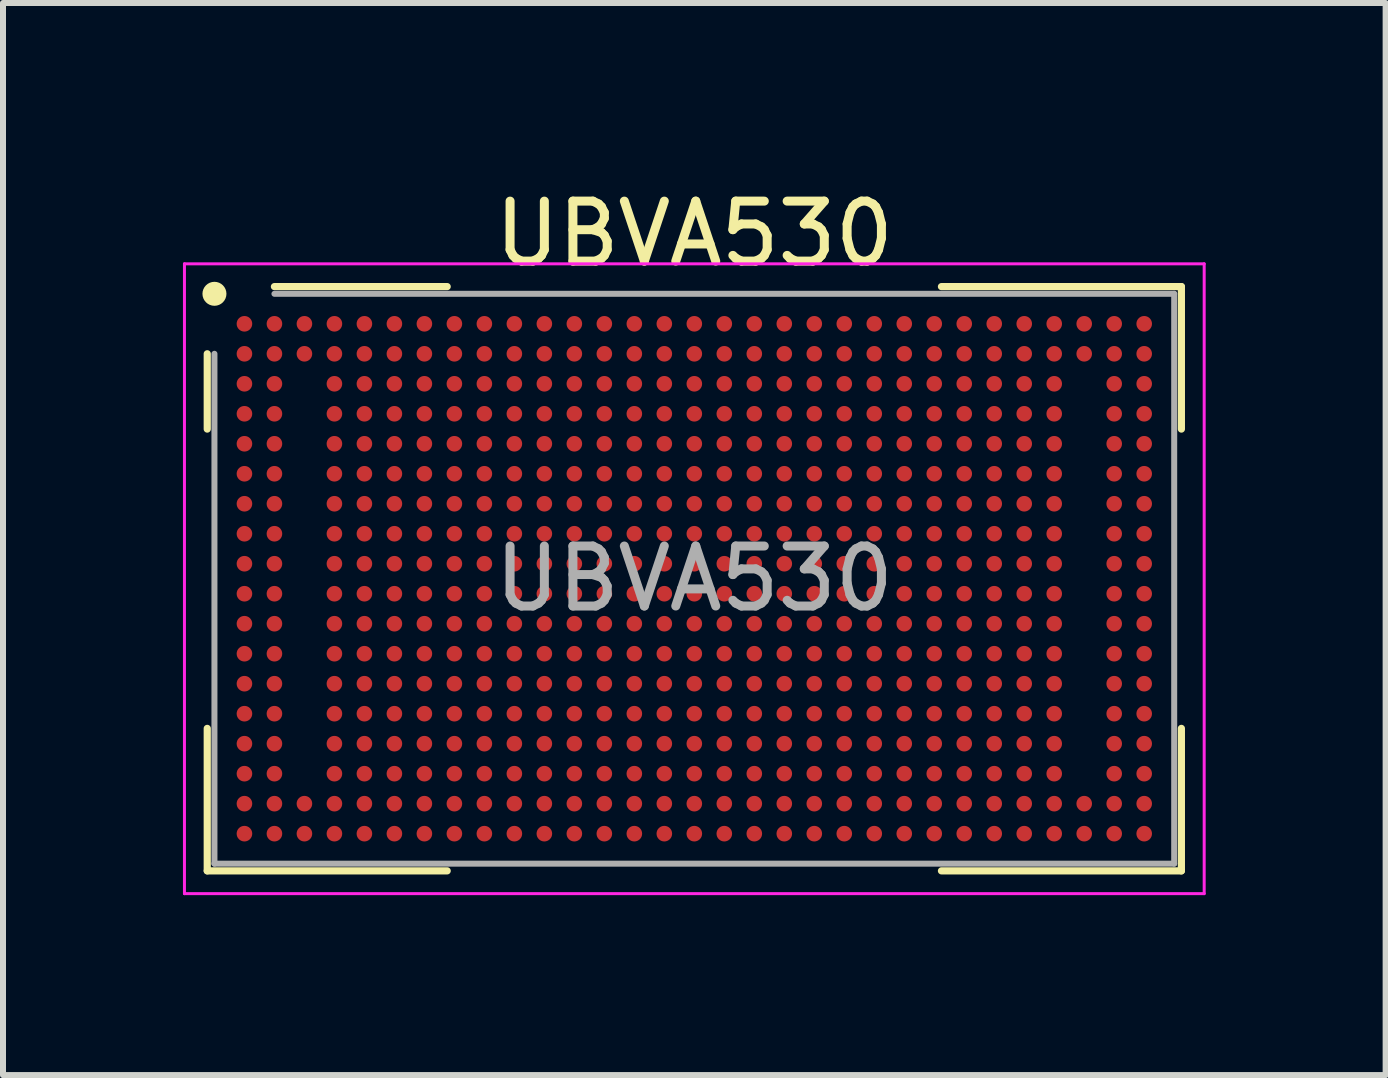
<source format=kicad_pcb>
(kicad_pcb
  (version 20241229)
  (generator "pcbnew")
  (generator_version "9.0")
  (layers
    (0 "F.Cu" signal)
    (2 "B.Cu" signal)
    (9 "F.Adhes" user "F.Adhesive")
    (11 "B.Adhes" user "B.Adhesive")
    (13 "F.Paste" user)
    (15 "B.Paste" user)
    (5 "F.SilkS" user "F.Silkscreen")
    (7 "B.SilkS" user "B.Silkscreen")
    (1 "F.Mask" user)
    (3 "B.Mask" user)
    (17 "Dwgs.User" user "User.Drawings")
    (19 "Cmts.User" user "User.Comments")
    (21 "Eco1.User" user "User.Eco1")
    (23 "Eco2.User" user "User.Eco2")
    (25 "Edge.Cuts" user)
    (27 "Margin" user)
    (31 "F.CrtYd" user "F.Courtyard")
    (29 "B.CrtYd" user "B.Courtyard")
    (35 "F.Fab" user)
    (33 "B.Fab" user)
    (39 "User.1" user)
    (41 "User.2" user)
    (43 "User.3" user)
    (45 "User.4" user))
  (footprint "UBVA530"
    (layer "F.Cu")
    (at 8.525 6.598)
    (property "Reference" "UBVA530" (at 0 -5.75 0) (layer "F.SilkS") (effects (font (size 1 1) (thickness 0.15))))
    (attr smd)
    (fp_line (start -8.12 -3.75) (end -8.12 -2.495) (stroke (width 0.12) (type default)) (layer "F.SilkS"))
    (fp_line (start -8.12 4.87) (end -8.12 2.495) (stroke (width 0.12) (type default)) (layer "F.SilkS"))
    (fp_line (start -4.12 -4.87) (end -7 -4.87) (stroke (width 0.12) (type default)) (layer "F.SilkS"))
    (fp_line (start -4.12 4.87) (end -8.12 4.87) (stroke (width 0.12) (type default)) (layer "F.SilkS"))
    (fp_line (start 4.12 -4.87) (end 8.12 -4.87) (stroke (width 0.12) (type default)) (layer "F.SilkS"))
    (fp_line (start 4.12 4.87) (end 8.12 4.87) (stroke (width 0.12) (type default)) (layer "F.SilkS"))
    (fp_line (start 8.12 -4.87) (end 8.12 -2.495) (stroke (width 0.12) (type default)) (layer "F.SilkS"))
    (fp_line (start 8.12 4.87) (end 8.12 2.495) (stroke (width 0.12) (type default)) (layer "F.SilkS"))
    (fp_circle (center -8 -4.75) (end -8 -4.65) (stroke (width 0.2) (type default)) (fill no) (layer "F.SilkS"))
    (fp_line (start -8.5 -5.25) (end 8.5 -5.25) (stroke (width 0.05) (type default)) (layer "F.CrtYd"))
    (fp_line (start -8.5 5.25) (end -8.5 -5.25) (stroke (width 0.05) (type default)) (layer "F.CrtYd"))
    (fp_line (start 8.5 -5.25) (end 8.5 5.25) (stroke (width 0.05) (type default)) (layer "F.CrtYd"))
    (fp_line (start 8.5 5.25) (end -8.5 5.25) (stroke (width 0.05) (type default)) (layer "F.CrtYd"))
    (fp_line (start -8 -3.75) (end -8 4.75) (stroke (width 0.1) (type default)) (layer "F.Fab"))
    (fp_line (start -8 4.75) (end 8 4.75) (stroke (width 0.1) (type default)) (layer "F.Fab"))
    (fp_line (start 8 -4.75) (end -7 -4.75) (stroke (width 0.1) (type default)) (layer "F.Fab"))
    (fp_line (start 8 4.75) (end 8 -4.75) (stroke (width 0.1) (type default)) (layer "F.Fab"))
    (fp_text user "${REFERENCE}" (at 0 0 0) (layer "F.Fab") (effects (font (size 1 1) (thickness 0.15))))
    (pad "A1" smd circle (at -7.5 -4.25) (size 0.26 0.26) (layers "F.Cu" "F.Mask" "F.Paste"))
    (pad "A2" smd circle (at -7 -4.25) (size 0.26 0.26) (layers "F.Cu" "F.Mask" "F.Paste"))
    (pad "A3" smd circle (at -6.5 -4.25) (size 0.26 0.26) (layers "F.Cu" "F.Mask" "F.Paste"))
    (pad "A4" smd circle (at -6 -4.25) (size 0.26 0.26) (layers "F.Cu" "F.Mask" "F.Paste"))
    (pad "A5" smd circle (at -5.5 -4.25) (size 0.26 0.26) (layers "F.Cu" "F.Mask" "F.Paste"))
    (pad "A6" smd circle (at -5 -4.25) (size 0.26 0.26) (layers "F.Cu" "F.Mask" "F.Paste"))
    (pad "A7" smd circle (at -4.5 -4.25) (size 0.26 0.26) (layers "F.Cu" "F.Mask" "F.Paste"))
    (pad "A8" smd circle (at -4 -4.25) (size 0.26 0.26) (layers "F.Cu" "F.Mask" "F.Paste"))
    (pad "A9" smd circle (at -3.5 -4.25) (size 0.26 0.26) (layers "F.Cu" "F.Mask" "F.Paste"))
    (pad "A10" smd circle (at -3 -4.25) (size 0.26 0.26) (layers "F.Cu" "F.Mask" "F.Paste"))
    (pad "A11" smd circle (at -2.5 -4.25) (size 0.26 0.26) (layers "F.Cu" "F.Mask" "F.Paste"))
    (pad "A12" smd circle (at -2 -4.25) (size 0.26 0.26) (layers "F.Cu" "F.Mask" "F.Paste"))
    (pad "A13" smd circle (at -1.5 -4.25) (size 0.26 0.26) (layers "F.Cu" "F.Mask" "F.Paste"))
    (pad "A14" smd circle (at -1 -4.25) (size 0.26 0.26) (layers "F.Cu" "F.Mask" "F.Paste"))
    (pad "A15" smd circle (at -0.5 -4.25) (size 0.26 0.26) (layers "F.Cu" "F.Mask" "F.Paste"))
    (pad "A16" smd circle (at 0 -4.25) (size 0.26 0.26) (layers "F.Cu" "F.Mask" "F.Paste"))
    (pad "A17" smd circle (at 0.5 -4.25) (size 0.26 0.26) (layers "F.Cu" "F.Mask" "F.Paste"))
    (pad "A18" smd circle (at 1 -4.25) (size 0.26 0.26) (layers "F.Cu" "F.Mask" "F.Paste"))
    (pad "A19" smd circle (at 1.5 -4.25) (size 0.26 0.26) (layers "F.Cu" "F.Mask" "F.Paste"))
    (pad "A20" smd circle (at 2 -4.25) (size 0.26 0.26) (layers "F.Cu" "F.Mask" "F.Paste"))
    (pad "A21" smd circle (at 2.5 -4.25) (size 0.26 0.26) (layers "F.Cu" "F.Mask" "F.Paste"))
    (pad "A22" smd circle (at 3 -4.25) (size 0.26 0.26) (layers "F.Cu" "F.Mask" "F.Paste"))
    (pad "A23" smd circle (at 3.5 -4.25) (size 0.26 0.26) (layers "F.Cu" "F.Mask" "F.Paste"))
    (pad "A24" smd circle (at 4 -4.25) (size 0.26 0.26) (layers "F.Cu" "F.Mask" "F.Paste"))
    (pad "A25" smd circle (at 4.5 -4.25) (size 0.26 0.26) (layers "F.Cu" "F.Mask" "F.Paste"))
    (pad "A26" smd circle (at 5 -4.25) (size 0.26 0.26) (layers "F.Cu" "F.Mask" "F.Paste"))
    (pad "A27" smd circle (at 5.5 -4.25) (size 0.26 0.26) (layers "F.Cu" "F.Mask" "F.Paste"))
    (pad "A28" smd circle (at 6 -4.25) (size 0.26 0.26) (layers "F.Cu" "F.Mask" "F.Paste"))
    (pad "A29" smd circle (at 6.5 -4.25) (size 0.26 0.26) (layers "F.Cu" "F.Mask" "F.Paste"))
    (pad "A30" smd circle (at 7 -4.25) (size 0.26 0.26) (layers "F.Cu" "F.Mask" "F.Paste"))
    (pad "A31" smd circle (at 7.5 -4.25) (size 0.26 0.26) (layers "F.Cu" "F.Mask" "F.Paste"))
    (pad "B1" smd circle (at -7.5 -3.75) (size 0.26 0.26) (layers "F.Cu" "F.Mask" "F.Paste"))
    (pad "B2" smd circle (at -7 -3.75) (size 0.26 0.26) (layers "F.Cu" "F.Mask" "F.Paste"))
    (pad "B3" smd circle (at -6.5 -3.75) (size 0.26 0.26) (layers "F.Cu" "F.Mask" "F.Paste"))
    (pad "B4" smd circle (at -6 -3.75) (size 0.26 0.26) (layers "F.Cu" "F.Mask" "F.Paste"))
    (pad "B5" smd circle (at -5.5 -3.75) (size 0.26 0.26) (layers "F.Cu" "F.Mask" "F.Paste"))
    (pad "B6" smd circle (at -5 -3.75) (size 0.26 0.26) (layers "F.Cu" "F.Mask" "F.Paste"))
    (pad "B7" smd circle (at -4.5 -3.75) (size 0.26 0.26) (layers "F.Cu" "F.Mask" "F.Paste"))
    (pad "B8" smd circle (at -4 -3.75) (size 0.26 0.26) (layers "F.Cu" "F.Mask" "F.Paste"))
    (pad "B9" smd circle (at -3.5 -3.75) (size 0.26 0.26) (layers "F.Cu" "F.Mask" "F.Paste"))
    (pad "B10" smd circle (at -3 -3.75) (size 0.26 0.26) (layers "F.Cu" "F.Mask" "F.Paste"))
    (pad "B11" smd circle (at -2.5 -3.75) (size 0.26 0.26) (layers "F.Cu" "F.Mask" "F.Paste"))
    (pad "B12" smd circle (at -2 -3.75) (size 0.26 0.26) (layers "F.Cu" "F.Mask" "F.Paste"))
    (pad "B13" smd circle (at -1.5 -3.75) (size 0.26 0.26) (layers "F.Cu" "F.Mask" "F.Paste"))
    (pad "B14" smd circle (at -1 -3.75) (size 0.26 0.26) (layers "F.Cu" "F.Mask" "F.Paste"))
    (pad "B15" smd circle (at -0.5 -3.75) (size 0.26 0.26) (layers "F.Cu" "F.Mask" "F.Paste"))
    (pad "B16" smd circle (at 0 -3.75) (size 0.26 0.26) (layers "F.Cu" "F.Mask" "F.Paste"))
    (pad "B17" smd circle (at 0.5 -3.75) (size 0.26 0.26) (layers "F.Cu" "F.Mask" "F.Paste"))
    (pad "B18" smd circle (at 1 -3.75) (size 0.26 0.26) (layers "F.Cu" "F.Mask" "F.Paste"))
    (pad "B19" smd circle (at 1.5 -3.75) (size 0.26 0.26) (layers "F.Cu" "F.Mask" "F.Paste"))
    (pad "B20" smd circle (at 2 -3.75) (size 0.26 0.26) (layers "F.Cu" "F.Mask" "F.Paste"))
    (pad "B21" smd circle (at 2.5 -3.75) (size 0.26 0.26) (layers "F.Cu" "F.Mask" "F.Paste"))
    (pad "B22" smd circle (at 3 -3.75) (size 0.26 0.26) (layers "F.Cu" "F.Mask" "F.Paste"))
    (pad "B23" smd circle (at 3.5 -3.75) (size 0.26 0.26) (layers "F.Cu" "F.Mask" "F.Paste"))
    (pad "B24" smd circle (at 4 -3.75) (size 0.26 0.26) (layers "F.Cu" "F.Mask" "F.Paste"))
    (pad "B25" smd circle (at 4.5 -3.75) (size 0.26 0.26) (layers "F.Cu" "F.Mask" "F.Paste"))
    (pad "B26" smd circle (at 5 -3.75) (size 0.26 0.26) (layers "F.Cu" "F.Mask" "F.Paste"))
    (pad "B27" smd circle (at 5.5 -3.75) (size 0.26 0.26) (layers "F.Cu" "F.Mask" "F.Paste"))
    (pad "B28" smd circle (at 6 -3.75) (size 0.26 0.26) (layers "F.Cu" "F.Mask" "F.Paste"))
    (pad "B29" smd circle (at 6.5 -3.75) (size 0.26 0.26) (layers "F.Cu" "F.Mask" "F.Paste"))
    (pad "B30" smd circle (at 7 -3.75) (size 0.26 0.26) (layers "F.Cu" "F.Mask" "F.Paste"))
    (pad "B31" smd circle (at 7.5 -3.75) (size 0.26 0.26) (layers "F.Cu" "F.Mask" "F.Paste"))
    (pad "C1" smd circle (at -7.5 -3.25) (size 0.26 0.26) (layers "F.Cu" "F.Mask" "F.Paste"))
    (pad "C2" smd circle (at -7 -3.25) (size 0.26 0.26) (layers "F.Cu" "F.Mask" "F.Paste"))
    (pad "C4" smd circle (at -6 -3.25) (size 0.26 0.26) (layers "F.Cu" "F.Mask" "F.Paste"))
    (pad "C5" smd circle (at -5.5 -3.25) (size 0.26 0.26) (layers "F.Cu" "F.Mask" "F.Paste"))
    (pad "C6" smd circle (at -5 -3.25) (size 0.26 0.26) (layers "F.Cu" "F.Mask" "F.Paste"))
    (pad "C7" smd circle (at -4.5 -3.25) (size 0.26 0.26) (layers "F.Cu" "F.Mask" "F.Paste"))
    (pad "C8" smd circle (at -4 -3.25) (size 0.26 0.26) (layers "F.Cu" "F.Mask" "F.Paste"))
    (pad "C9" smd circle (at -3.5 -3.25) (size 0.26 0.26) (layers "F.Cu" "F.Mask" "F.Paste"))
    (pad "C10" smd circle (at -3 -3.25) (size 0.26 0.26) (layers "F.Cu" "F.Mask" "F.Paste"))
    (pad "C11" smd circle (at -2.5 -3.25) (size 0.26 0.26) (layers "F.Cu" "F.Mask" "F.Paste"))
    (pad "C12" smd circle (at -2 -3.25) (size 0.26 0.26) (layers "F.Cu" "F.Mask" "F.Paste"))
    (pad "C13" smd circle (at -1.5 -3.25) (size 0.26 0.26) (layers "F.Cu" "F.Mask" "F.Paste"))
    (pad "C14" smd circle (at -1 -3.25) (size 0.26 0.26) (layers "F.Cu" "F.Mask" "F.Paste"))
    (pad "C15" smd circle (at -0.5 -3.25) (size 0.26 0.26) (layers "F.Cu" "F.Mask" "F.Paste"))
    (pad "C16" smd circle (at 0 -3.25) (size 0.26 0.26) (layers "F.Cu" "F.Mask" "F.Paste"))
    (pad "C17" smd circle (at 0.5 -3.25) (size 0.26 0.26) (layers "F.Cu" "F.Mask" "F.Paste"))
    (pad "C18" smd circle (at 1 -3.25) (size 0.26 0.26) (layers "F.Cu" "F.Mask" "F.Paste"))
    (pad "C19" smd circle (at 1.5 -3.25) (size 0.26 0.26) (layers "F.Cu" "F.Mask" "F.Paste"))
    (pad "C20" smd circle (at 2 -3.25) (size 0.26 0.26) (layers "F.Cu" "F.Mask" "F.Paste"))
    (pad "C21" smd circle (at 2.5 -3.25) (size 0.26 0.26) (layers "F.Cu" "F.Mask" "F.Paste"))
    (pad "C22" smd circle (at 3 -3.25) (size 0.26 0.26) (layers "F.Cu" "F.Mask" "F.Paste"))
    (pad "C23" smd circle (at 3.5 -3.25) (size 0.26 0.26) (layers "F.Cu" "F.Mask" "F.Paste"))
    (pad "C24" smd circle (at 4 -3.25) (size 0.26 0.26) (layers "F.Cu" "F.Mask" "F.Paste"))
    (pad "C25" smd circle (at 4.5 -3.25) (size 0.26 0.26) (layers "F.Cu" "F.Mask" "F.Paste"))
    (pad "C26" smd circle (at 5 -3.25) (size 0.26 0.26) (layers "F.Cu" "F.Mask" "F.Paste"))
    (pad "C27" smd circle (at 5.5 -3.25) (size 0.26 0.26) (layers "F.Cu" "F.Mask" "F.Paste"))
    (pad "C28" smd circle (at 6 -3.25) (size 0.26 0.26) (layers "F.Cu" "F.Mask" "F.Paste"))
    (pad "C30" smd circle (at 7 -3.25) (size 0.26 0.26) (layers "F.Cu" "F.Mask" "F.Paste"))
    (pad "C31" smd circle (at 7.5 -3.25) (size 0.26 0.26) (layers "F.Cu" "F.Mask" "F.Paste"))
    (pad "D1" smd circle (at -7.5 -2.75) (size 0.26 0.26) (layers "F.Cu" "F.Mask" "F.Paste"))
    (pad "D2" smd circle (at -7 -2.75) (size 0.26 0.26) (layers "F.Cu" "F.Mask" "F.Paste"))
    (pad "D4" smd circle (at -6 -2.75) (size 0.26 0.26) (layers "F.Cu" "F.Mask" "F.Paste"))
    (pad "D5" smd circle (at -5.5 -2.75) (size 0.26 0.26) (layers "F.Cu" "F.Mask" "F.Paste"))
    (pad "D6" smd circle (at -5 -2.75) (size 0.26 0.26) (layers "F.Cu" "F.Mask" "F.Paste"))
    (pad "D7" smd circle (at -4.5 -2.75) (size 0.26 0.26) (layers "F.Cu" "F.Mask" "F.Paste"))
    (pad "D8" smd circle (at -4 -2.75) (size 0.26 0.26) (layers "F.Cu" "F.Mask" "F.Paste"))
    (pad "D9" smd circle (at -3.5 -2.75) (size 0.26 0.26) (layers "F.Cu" "F.Mask" "F.Paste"))
    (pad "D10" smd circle (at -3 -2.75) (size 0.26 0.26) (layers "F.Cu" "F.Mask" "F.Paste"))
    (pad "D11" smd circle (at -2.5 -2.75) (size 0.26 0.26) (layers "F.Cu" "F.Mask" "F.Paste"))
    (pad "D12" smd circle (at -2 -2.75) (size 0.26 0.26) (layers "F.Cu" "F.Mask" "F.Paste"))
    (pad "D13" smd circle (at -1.5 -2.75) (size 0.26 0.26) (layers "F.Cu" "F.Mask" "F.Paste"))
    (pad "D14" smd circle (at -1 -2.75) (size 0.26 0.26) (layers "F.Cu" "F.Mask" "F.Paste"))
    (pad "D15" smd circle (at -0.5 -2.75) (size 0.26 0.26) (layers "F.Cu" "F.Mask" "F.Paste"))
    (pad "D16" smd circle (at 0 -2.75) (size 0.26 0.26) (layers "F.Cu" "F.Mask" "F.Paste"))
    (pad "D17" smd circle (at 0.5 -2.75) (size 0.26 0.26) (layers "F.Cu" "F.Mask" "F.Paste"))
    (pad "D18" smd circle (at 1 -2.75) (size 0.26 0.26) (layers "F.Cu" "F.Mask" "F.Paste"))
    (pad "D19" smd circle (at 1.5 -2.75) (size 0.26 0.26) (layers "F.Cu" "F.Mask" "F.Paste"))
    (pad "D20" smd circle (at 2 -2.75) (size 0.26 0.26) (layers "F.Cu" "F.Mask" "F.Paste"))
    (pad "D21" smd circle (at 2.5 -2.75) (size 0.26 0.26) (layers "F.Cu" "F.Mask" "F.Paste"))
    (pad "D22" smd circle (at 3 -2.75) (size 0.26 0.26) (layers "F.Cu" "F.Mask" "F.Paste"))
    (pad "D23" smd circle (at 3.5 -2.75) (size 0.26 0.26) (layers "F.Cu" "F.Mask" "F.Paste"))
    (pad "D24" smd circle (at 4 -2.75) (size 0.26 0.26) (layers "F.Cu" "F.Mask" "F.Paste"))
    (pad "D25" smd circle (at 4.5 -2.75) (size 0.26 0.26) (layers "F.Cu" "F.Mask" "F.Paste"))
    (pad "D26" smd circle (at 5 -2.75) (size 0.26 0.26) (layers "F.Cu" "F.Mask" "F.Paste"))
    (pad "D27" smd circle (at 5.5 -2.75) (size 0.26 0.26) (layers "F.Cu" "F.Mask" "F.Paste"))
    (pad "D28" smd circle (at 6 -2.75) (size 0.26 0.26) (layers "F.Cu" "F.Mask" "F.Paste"))
    (pad "D30" smd circle (at 7 -2.75) (size 0.26 0.26) (layers "F.Cu" "F.Mask" "F.Paste"))
    (pad "D31" smd circle (at 7.5 -2.75) (size 0.26 0.26) (layers "F.Cu" "F.Mask" "F.Paste"))
    (pad "E1" smd circle (at -7.5 -2.25) (size 0.26 0.26) (layers "F.Cu" "F.Mask" "F.Paste"))
    (pad "E2" smd circle (at -7 -2.25) (size 0.26 0.26) (layers "F.Cu" "F.Mask" "F.Paste"))
    (pad "E4" smd circle (at -6 -2.25) (size 0.26 0.26) (layers "F.Cu" "F.Mask" "F.Paste"))
    (pad "E5" smd circle (at -5.5 -2.25) (size 0.26 0.26) (layers "F.Cu" "F.Mask" "F.Paste"))
    (pad "E6" smd circle (at -5 -2.25) (size 0.26 0.26) (layers "F.Cu" "F.Mask" "F.Paste"))
    (pad "E7" smd circle (at -4.5 -2.25) (size 0.26 0.26) (layers "F.Cu" "F.Mask" "F.Paste"))
    (pad "E8" smd circle (at -4 -2.25) (size 0.26 0.26) (layers "F.Cu" "F.Mask" "F.Paste"))
    (pad "E9" smd circle (at -3.5 -2.25) (size 0.26 0.26) (layers "F.Cu" "F.Mask" "F.Paste"))
    (pad "E10" smd circle (at -3 -2.25) (size 0.26 0.26) (layers "F.Cu" "F.Mask" "F.Paste"))
    (pad "E11" smd circle (at -2.5 -2.25) (size 0.26 0.26) (layers "F.Cu" "F.Mask" "F.Paste"))
    (pad "E12" smd circle (at -2 -2.25) (size 0.26 0.26) (layers "F.Cu" "F.Mask" "F.Paste"))
    (pad "E13" smd circle (at -1.5 -2.25) (size 0.26 0.26) (layers "F.Cu" "F.Mask" "F.Paste"))
    (pad "E14" smd circle (at -1 -2.25) (size 0.26 0.26) (layers "F.Cu" "F.Mask" "F.Paste"))
    (pad "E15" smd circle (at -0.5 -2.25) (size 0.26 0.26) (layers "F.Cu" "F.Mask" "F.Paste"))
    (pad "E16" smd circle (at 0 -2.25) (size 0.26 0.26) (layers "F.Cu" "F.Mask" "F.Paste"))
    (pad "E17" smd circle (at 0.5 -2.25) (size 0.26 0.26) (layers "F.Cu" "F.Mask" "F.Paste"))
    (pad "E18" smd circle (at 1 -2.25) (size 0.26 0.26) (layers "F.Cu" "F.Mask" "F.Paste"))
    (pad "E19" smd circle (at 1.5 -2.25) (size 0.26 0.26) (layers "F.Cu" "F.Mask" "F.Paste"))
    (pad "E20" smd circle (at 2 -2.25) (size 0.26 0.26) (layers "F.Cu" "F.Mask" "F.Paste"))
    (pad "E21" smd circle (at 2.5 -2.25) (size 0.26 0.26) (layers "F.Cu" "F.Mask" "F.Paste"))
    (pad "E22" smd circle (at 3 -2.25) (size 0.26 0.26) (layers "F.Cu" "F.Mask" "F.Paste"))
    (pad "E23" smd circle (at 3.5 -2.25) (size 0.26 0.26) (layers "F.Cu" "F.Mask" "F.Paste"))
    (pad "E24" smd circle (at 4 -2.25) (size 0.26 0.26) (layers "F.Cu" "F.Mask" "F.Paste"))
    (pad "E25" smd circle (at 4.5 -2.25) (size 0.26 0.26) (layers "F.Cu" "F.Mask" "F.Paste"))
    (pad "E26" smd circle (at 5 -2.25) (size 0.26 0.26) (layers "F.Cu" "F.Mask" "F.Paste"))
    (pad "E27" smd circle (at 5.5 -2.25) (size 0.26 0.26) (layers "F.Cu" "F.Mask" "F.Paste"))
    (pad "E28" smd circle (at 6 -2.25) (size 0.26 0.26) (layers "F.Cu" "F.Mask" "F.Paste"))
    (pad "E30" smd circle (at 7 -2.25) (size 0.26 0.26) (layers "F.Cu" "F.Mask" "F.Paste"))
    (pad "E31" smd circle (at 7.5 -2.25) (size 0.26 0.26) (layers "F.Cu" "F.Mask" "F.Paste"))
    (pad "F1" smd circle (at -7.5 -1.75) (size 0.26 0.26) (layers "F.Cu" "F.Mask" "F.Paste"))
    (pad "F2" smd circle (at -7 -1.75) (size 0.26 0.26) (layers "F.Cu" "F.Mask" "F.Paste"))
    (pad "F4" smd circle (at -6 -1.75) (size 0.26 0.26) (layers "F.Cu" "F.Mask" "F.Paste"))
    (pad "F5" smd circle (at -5.5 -1.75) (size 0.26 0.26) (layers "F.Cu" "F.Mask" "F.Paste"))
    (pad "F6" smd circle (at -5 -1.75) (size 0.26 0.26) (layers "F.Cu" "F.Mask" "F.Paste"))
    (pad "F7" smd circle (at -4.5 -1.75) (size 0.26 0.26) (layers "F.Cu" "F.Mask" "F.Paste"))
    (pad "F8" smd circle (at -4 -1.75) (size 0.26 0.26) (layers "F.Cu" "F.Mask" "F.Paste"))
    (pad "F9" smd circle (at -3.5 -1.75) (size 0.26 0.26) (layers "F.Cu" "F.Mask" "F.Paste"))
    (pad "F10" smd circle (at -3 -1.75) (size 0.26 0.26) (layers "F.Cu" "F.Mask" "F.Paste"))
    (pad "F11" smd circle (at -2.5 -1.75) (size 0.26 0.26) (layers "F.Cu" "F.Mask" "F.Paste"))
    (pad "F12" smd circle (at -2 -1.75) (size 0.26 0.26) (layers "F.Cu" "F.Mask" "F.Paste"))
    (pad "F13" smd circle (at -1.5 -1.75) (size 0.26 0.26) (layers "F.Cu" "F.Mask" "F.Paste"))
    (pad "F14" smd circle (at -1 -1.75) (size 0.26 0.26) (layers "F.Cu" "F.Mask" "F.Paste"))
    (pad "F15" smd circle (at -0.5 -1.75) (size 0.26 0.26) (layers "F.Cu" "F.Mask" "F.Paste"))
    (pad "F16" smd circle (at 0 -1.75) (size 0.26 0.26) (layers "F.Cu" "F.Mask" "F.Paste"))
    (pad "F17" smd circle (at 0.5 -1.75) (size 0.26 0.26) (layers "F.Cu" "F.Mask" "F.Paste"))
    (pad "F18" smd circle (at 1 -1.75) (size 0.26 0.26) (layers "F.Cu" "F.Mask" "F.Paste"))
    (pad "F19" smd circle (at 1.5 -1.75) (size 0.26 0.26) (layers "F.Cu" "F.Mask" "F.Paste"))
    (pad "F20" smd circle (at 2 -1.75) (size 0.26 0.26) (layers "F.Cu" "F.Mask" "F.Paste"))
    (pad "F21" smd circle (at 2.5 -1.75) (size 0.26 0.26) (layers "F.Cu" "F.Mask" "F.Paste"))
    (pad "F22" smd circle (at 3 -1.75) (size 0.26 0.26) (layers "F.Cu" "F.Mask" "F.Paste"))
    (pad "F23" smd circle (at 3.5 -1.75) (size 0.26 0.26) (layers "F.Cu" "F.Mask" "F.Paste"))
    (pad "F24" smd circle (at 4 -1.75) (size 0.26 0.26) (layers "F.Cu" "F.Mask" "F.Paste"))
    (pad "F25" smd circle (at 4.5 -1.75) (size 0.26 0.26) (layers "F.Cu" "F.Mask" "F.Paste"))
    (pad "F26" smd circle (at 5 -1.75) (size 0.26 0.26) (layers "F.Cu" "F.Mask" "F.Paste"))
    (pad "F27" smd circle (at 5.5 -1.75) (size 0.26 0.26) (layers "F.Cu" "F.Mask" "F.Paste"))
    (pad "F28" smd circle (at 6 -1.75) (size 0.26 0.26) (layers "F.Cu" "F.Mask" "F.Paste"))
    (pad "F30" smd circle (at 7 -1.75) (size 0.26 0.26) (layers "F.Cu" "F.Mask" "F.Paste"))
    (pad "F31" smd circle (at 7.5 -1.75) (size 0.26 0.26) (layers "F.Cu" "F.Mask" "F.Paste"))
    (pad "G1" smd circle (at -7.5 -1.25) (size 0.26 0.26) (layers "F.Cu" "F.Mask" "F.Paste"))
    (pad "G2" smd circle (at -7 -1.25) (size 0.26 0.26) (layers "F.Cu" "F.Mask" "F.Paste"))
    (pad "G4" smd circle (at -6 -1.25) (size 0.26 0.26) (layers "F.Cu" "F.Mask" "F.Paste"))
    (pad "G5" smd circle (at -5.5 -1.25) (size 0.26 0.26) (layers "F.Cu" "F.Mask" "F.Paste"))
    (pad "G6" smd circle (at -5 -1.25) (size 0.26 0.26) (layers "F.Cu" "F.Mask" "F.Paste"))
    (pad "G7" smd circle (at -4.5 -1.25) (size 0.26 0.26) (layers "F.Cu" "F.Mask" "F.Paste"))
    (pad "G8" smd circle (at -4 -1.25) (size 0.26 0.26) (layers "F.Cu" "F.Mask" "F.Paste"))
    (pad "G9" smd circle (at -3.5 -1.25) (size 0.26 0.26) (layers "F.Cu" "F.Mask" "F.Paste"))
    (pad "G10" smd circle (at -3 -1.25) (size 0.26 0.26) (layers "F.Cu" "F.Mask" "F.Paste"))
    (pad "G11" smd circle (at -2.5 -1.25) (size 0.26 0.26) (layers "F.Cu" "F.Mask" "F.Paste"))
    (pad "G12" smd circle (at -2 -1.25) (size 0.26 0.26) (layers "F.Cu" "F.Mask" "F.Paste"))
    (pad "G13" smd circle (at -1.5 -1.25) (size 0.26 0.26) (layers "F.Cu" "F.Mask" "F.Paste"))
    (pad "G14" smd circle (at -1 -1.25) (size 0.26 0.26) (layers "F.Cu" "F.Mask" "F.Paste"))
    (pad "G15" smd circle (at -0.5 -1.25) (size 0.26 0.26) (layers "F.Cu" "F.Mask" "F.Paste"))
    (pad "G16" smd circle (at 0 -1.25) (size 0.26 0.26) (layers "F.Cu" "F.Mask" "F.Paste"))
    (pad "G17" smd circle (at 0.5 -1.25) (size 0.26 0.26) (layers "F.Cu" "F.Mask" "F.Paste"))
    (pad "G18" smd circle (at 1 -1.25) (size 0.26 0.26) (layers "F.Cu" "F.Mask" "F.Paste"))
    (pad "G19" smd circle (at 1.5 -1.25) (size 0.26 0.26) (layers "F.Cu" "F.Mask" "F.Paste"))
    (pad "G20" smd circle (at 2 -1.25) (size 0.26 0.26) (layers "F.Cu" "F.Mask" "F.Paste"))
    (pad "G21" smd circle (at 2.5 -1.25) (size 0.26 0.26) (layers "F.Cu" "F.Mask" "F.Paste"))
    (pad "G22" smd circle (at 3 -1.25) (size 0.26 0.26) (layers "F.Cu" "F.Mask" "F.Paste"))
    (pad "G23" smd circle (at 3.5 -1.25) (size 0.26 0.26) (layers "F.Cu" "F.Mask" "F.Paste"))
    (pad "G24" smd circle (at 4 -1.25) (size 0.26 0.26) (layers "F.Cu" "F.Mask" "F.Paste"))
    (pad "G25" smd circle (at 4.5 -1.25) (size 0.26 0.26) (layers "F.Cu" "F.Mask" "F.Paste"))
    (pad "G26" smd circle (at 5 -1.25) (size 0.26 0.26) (layers "F.Cu" "F.Mask" "F.Paste"))
    (pad "G27" smd circle (at 5.5 -1.25) (size 0.26 0.26) (layers "F.Cu" "F.Mask" "F.Paste"))
    (pad "G28" smd circle (at 6 -1.25) (size 0.26 0.26) (layers "F.Cu" "F.Mask" "F.Paste"))
    (pad "G30" smd circle (at 7 -1.25) (size 0.26 0.26) (layers "F.Cu" "F.Mask" "F.Paste"))
    (pad "G31" smd circle (at 7.5 -1.25) (size 0.26 0.26) (layers "F.Cu" "F.Mask" "F.Paste"))
    (pad "H1" smd circle (at -7.5 -0.75) (size 0.26 0.26) (layers "F.Cu" "F.Mask" "F.Paste"))
    (pad "H2" smd circle (at -7 -0.75) (size 0.26 0.26) (layers "F.Cu" "F.Mask" "F.Paste"))
    (pad "H4" smd circle (at -6 -0.75) (size 0.26 0.26) (layers "F.Cu" "F.Mask" "F.Paste"))
    (pad "H5" smd circle (at -5.5 -0.75) (size 0.26 0.26) (layers "F.Cu" "F.Mask" "F.Paste"))
    (pad "H6" smd circle (at -5 -0.75) (size 0.26 0.26) (layers "F.Cu" "F.Mask" "F.Paste"))
    (pad "H7" smd circle (at -4.5 -0.75) (size 0.26 0.26) (layers "F.Cu" "F.Mask" "F.Paste"))
    (pad "H8" smd circle (at -4 -0.75) (size 0.26 0.26) (layers "F.Cu" "F.Mask" "F.Paste"))
    (pad "H9" smd circle (at -3.5 -0.75) (size 0.26 0.26) (layers "F.Cu" "F.Mask" "F.Paste"))
    (pad "H10" smd circle (at -3 -0.75) (size 0.26 0.26) (layers "F.Cu" "F.Mask" "F.Paste"))
    (pad "H11" smd circle (at -2.5 -0.75) (size 0.26 0.26) (layers "F.Cu" "F.Mask" "F.Paste"))
    (pad "H12" smd circle (at -2 -0.75) (size 0.26 0.26) (layers "F.Cu" "F.Mask" "F.Paste"))
    (pad "H13" smd circle (at -1.5 -0.75) (size 0.26 0.26) (layers "F.Cu" "F.Mask" "F.Paste"))
    (pad "H14" smd circle (at -1 -0.75) (size 0.26 0.26) (layers "F.Cu" "F.Mask" "F.Paste"))
    (pad "H15" smd circle (at -0.5 -0.75) (size 0.26 0.26) (layers "F.Cu" "F.Mask" "F.Paste"))
    (pad "H16" smd circle (at 0 -0.75) (size 0.26 0.26) (layers "F.Cu" "F.Mask" "F.Paste"))
    (pad "H17" smd circle (at 0.5 -0.75) (size 0.26 0.26) (layers "F.Cu" "F.Mask" "F.Paste"))
    (pad "H18" smd circle (at 1 -0.75) (size 0.26 0.26) (layers "F.Cu" "F.Mask" "F.Paste"))
    (pad "H19" smd circle (at 1.5 -0.75) (size 0.26 0.26) (layers "F.Cu" "F.Mask" "F.Paste"))
    (pad "H20" smd circle (at 2 -0.75) (size 0.26 0.26) (layers "F.Cu" "F.Mask" "F.Paste"))
    (pad "H21" smd circle (at 2.5 -0.75) (size 0.26 0.26) (layers "F.Cu" "F.Mask" "F.Paste"))
    (pad "H22" smd circle (at 3 -0.75) (size 0.26 0.26) (layers "F.Cu" "F.Mask" "F.Paste"))
    (pad "H23" smd circle (at 3.5 -0.75) (size 0.26 0.26) (layers "F.Cu" "F.Mask" "F.Paste"))
    (pad "H24" smd circle (at 4 -0.75) (size 0.26 0.26) (layers "F.Cu" "F.Mask" "F.Paste"))
    (pad "H25" smd circle (at 4.5 -0.75) (size 0.26 0.26) (layers "F.Cu" "F.Mask" "F.Paste"))
    (pad "H26" smd circle (at 5 -0.75) (size 0.26 0.26) (layers "F.Cu" "F.Mask" "F.Paste"))
    (pad "H27" smd circle (at 5.5 -0.75) (size 0.26 0.26) (layers "F.Cu" "F.Mask" "F.Paste"))
    (pad "H28" smd circle (at 6 -0.75) (size 0.26 0.26) (layers "F.Cu" "F.Mask" "F.Paste"))
    (pad "H30" smd circle (at 7 -0.75) (size 0.26 0.26) (layers "F.Cu" "F.Mask" "F.Paste"))
    (pad "H31" smd circle (at 7.5 -0.75) (size 0.26 0.26) (layers "F.Cu" "F.Mask" "F.Paste"))
    (pad "J1" smd circle (at -7.5 -0.25) (size 0.26 0.26) (layers "F.Cu" "F.Mask" "F.Paste"))
    (pad "J2" smd circle (at -7 -0.25) (size 0.26 0.26) (layers "F.Cu" "F.Mask" "F.Paste"))
    (pad "J4" smd circle (at -6 -0.25) (size 0.26 0.26) (layers "F.Cu" "F.Mask" "F.Paste"))
    (pad "J5" smd circle (at -5.5 -0.25) (size 0.26 0.26) (layers "F.Cu" "F.Mask" "F.Paste"))
    (pad "J6" smd circle (at -5 -0.25) (size 0.26 0.26) (layers "F.Cu" "F.Mask" "F.Paste"))
    (pad "J7" smd circle (at -4.5 -0.25) (size 0.26 0.26) (layers "F.Cu" "F.Mask" "F.Paste"))
    (pad "J8" smd circle (at -4 -0.25) (size 0.26 0.26) (layers "F.Cu" "F.Mask" "F.Paste"))
    (pad "J9" smd circle (at -3.5 -0.25) (size 0.26 0.26) (layers "F.Cu" "F.Mask" "F.Paste"))
    (pad "J10" smd circle (at -3 -0.25) (size 0.26 0.26) (layers "F.Cu" "F.Mask" "F.Paste"))
    (pad "J11" smd circle (at -2.5 -0.25) (size 0.26 0.26) (layers "F.Cu" "F.Mask" "F.Paste"))
    (pad "J12" smd circle (at -2 -0.25) (size 0.26 0.26) (layers "F.Cu" "F.Mask" "F.Paste"))
    (pad "J13" smd circle (at -1.5 -0.25) (size 0.26 0.26) (layers "F.Cu" "F.Mask" "F.Paste"))
    (pad "J14" smd circle (at -1 -0.25) (size 0.26 0.26) (layers "F.Cu" "F.Mask" "F.Paste"))
    (pad "J15" smd circle (at -0.5 -0.25) (size 0.26 0.26) (layers "F.Cu" "F.Mask" "F.Paste"))
    (pad "J16" smd circle (at 0 -0.25) (size 0.26 0.26) (layers "F.Cu" "F.Mask" "F.Paste"))
    (pad "J17" smd circle (at 0.5 -0.25) (size 0.26 0.26) (layers "F.Cu" "F.Mask" "F.Paste"))
    (pad "J18" smd circle (at 1 -0.25) (size 0.26 0.26) (layers "F.Cu" "F.Mask" "F.Paste"))
    (pad "J19" smd circle (at 1.5 -0.25) (size 0.26 0.26) (layers "F.Cu" "F.Mask" "F.Paste"))
    (pad "J20" smd circle (at 2 -0.25) (size 0.26 0.26) (layers "F.Cu" "F.Mask" "F.Paste"))
    (pad "J21" smd circle (at 2.5 -0.25) (size 0.26 0.26) (layers "F.Cu" "F.Mask" "F.Paste"))
    (pad "J22" smd circle (at 3 -0.25) (size 0.26 0.26) (layers "F.Cu" "F.Mask" "F.Paste"))
    (pad "J23" smd circle (at 3.5 -0.25) (size 0.26 0.26) (layers "F.Cu" "F.Mask" "F.Paste"))
    (pad "J24" smd circle (at 4 -0.25) (size 0.26 0.26) (layers "F.Cu" "F.Mask" "F.Paste"))
    (pad "J25" smd circle (at 4.5 -0.25) (size 0.26 0.26) (layers "F.Cu" "F.Mask" "F.Paste"))
    (pad "J26" smd circle (at 5 -0.25) (size 0.26 0.26) (layers "F.Cu" "F.Mask" "F.Paste"))
    (pad "J27" smd circle (at 5.5 -0.25) (size 0.26 0.26) (layers "F.Cu" "F.Mask" "F.Paste"))
    (pad "J28" smd circle (at 6 -0.25) (size 0.26 0.26) (layers "F.Cu" "F.Mask" "F.Paste"))
    (pad "J30" smd circle (at 7 -0.25) (size 0.26 0.26) (layers "F.Cu" "F.Mask" "F.Paste"))
    (pad "J31" smd circle (at 7.5 -0.25) (size 0.26 0.26) (layers "F.Cu" "F.Mask" "F.Paste"))
    (pad "K1" smd circle (at -7.5 0.25) (size 0.26 0.26) (layers "F.Cu" "F.Mask" "F.Paste"))
    (pad "K2" smd circle (at -7 0.25) (size 0.26 0.26) (layers "F.Cu" "F.Mask" "F.Paste"))
    (pad "K4" smd circle (at -6 0.25) (size 0.26 0.26) (layers "F.Cu" "F.Mask" "F.Paste"))
    (pad "K5" smd circle (at -5.5 0.25) (size 0.26 0.26) (layers "F.Cu" "F.Mask" "F.Paste"))
    (pad "K6" smd circle (at -5 0.25) (size 0.26 0.26) (layers "F.Cu" "F.Mask" "F.Paste"))
    (pad "K7" smd circle (at -4.5 0.25) (size 0.26 0.26) (layers "F.Cu" "F.Mask" "F.Paste"))
    (pad "K8" smd circle (at -4 0.25) (size 0.26 0.26) (layers "F.Cu" "F.Mask" "F.Paste"))
    (pad "K9" smd circle (at -3.5 0.25) (size 0.26 0.26) (layers "F.Cu" "F.Mask" "F.Paste"))
    (pad "K10" smd circle (at -3 0.25) (size 0.26 0.26) (layers "F.Cu" "F.Mask" "F.Paste"))
    (pad "K11" smd circle (at -2.5 0.25) (size 0.26 0.26) (layers "F.Cu" "F.Mask" "F.Paste"))
    (pad "K12" smd circle (at -2 0.25) (size 0.26 0.26) (layers "F.Cu" "F.Mask" "F.Paste"))
    (pad "K13" smd circle (at -1.5 0.25) (size 0.26 0.26) (layers "F.Cu" "F.Mask" "F.Paste"))
    (pad "K14" smd circle (at -1 0.25) (size 0.26 0.26) (layers "F.Cu" "F.Mask" "F.Paste"))
    (pad "K15" smd circle (at -0.5 0.25) (size 0.26 0.26) (layers "F.Cu" "F.Mask" "F.Paste"))
    (pad "K16" smd circle (at 0 0.25) (size 0.26 0.26) (layers "F.Cu" "F.Mask" "F.Paste"))
    (pad "K17" smd circle (at 0.5 0.25) (size 0.26 0.26) (layers "F.Cu" "F.Mask" "F.Paste"))
    (pad "K18" smd circle (at 1 0.25) (size 0.26 0.26) (layers "F.Cu" "F.Mask" "F.Paste"))
    (pad "K19" smd circle (at 1.5 0.25) (size 0.26 0.26) (layers "F.Cu" "F.Mask" "F.Paste"))
    (pad "K20" smd circle (at 2 0.25) (size 0.26 0.26) (layers "F.Cu" "F.Mask" "F.Paste"))
    (pad "K21" smd circle (at 2.5 0.25) (size 0.26 0.26) (layers "F.Cu" "F.Mask" "F.Paste"))
    (pad "K22" smd circle (at 3 0.25) (size 0.26 0.26) (layers "F.Cu" "F.Mask" "F.Paste"))
    (pad "K23" smd circle (at 3.5 0.25) (size 0.26 0.26) (layers "F.Cu" "F.Mask" "F.Paste"))
    (pad "K24" smd circle (at 4 0.25) (size 0.26 0.26) (layers "F.Cu" "F.Mask" "F.Paste"))
    (pad "K25" smd circle (at 4.5 0.25) (size 0.26 0.26) (layers "F.Cu" "F.Mask" "F.Paste"))
    (pad "K26" smd circle (at 5 0.25) (size 0.26 0.26) (layers "F.Cu" "F.Mask" "F.Paste"))
    (pad "K27" smd circle (at 5.5 0.25) (size 0.26 0.26) (layers "F.Cu" "F.Mask" "F.Paste"))
    (pad "K28" smd circle (at 6 0.25) (size 0.26 0.26) (layers "F.Cu" "F.Mask" "F.Paste"))
    (pad "K30" smd circle (at 7 0.25) (size 0.26 0.26) (layers "F.Cu" "F.Mask" "F.Paste"))
    (pad "K31" smd circle (at 7.5 0.25) (size 0.26 0.26) (layers "F.Cu" "F.Mask" "F.Paste"))
    (pad "L1" smd circle (at -7.5 0.75) (size 0.26 0.26) (layers "F.Cu" "F.Mask" "F.Paste"))
    (pad "L2" smd circle (at -7 0.75) (size 0.26 0.26) (layers "F.Cu" "F.Mask" "F.Paste"))
    (pad "L4" smd circle (at -6 0.75) (size 0.26 0.26) (layers "F.Cu" "F.Mask" "F.Paste"))
    (pad "L5" smd circle (at -5.5 0.75) (size 0.26 0.26) (layers "F.Cu" "F.Mask" "F.Paste"))
    (pad "L6" smd circle (at -5 0.75) (size 0.26 0.26) (layers "F.Cu" "F.Mask" "F.Paste"))
    (pad "L7" smd circle (at -4.5 0.75) (size 0.26 0.26) (layers "F.Cu" "F.Mask" "F.Paste"))
    (pad "L8" smd circle (at -4 0.75) (size 0.26 0.26) (layers "F.Cu" "F.Mask" "F.Paste"))
    (pad "L9" smd circle (at -3.5 0.75) (size 0.26 0.26) (layers "F.Cu" "F.Mask" "F.Paste"))
    (pad "L10" smd circle (at -3 0.75) (size 0.26 0.26) (layers "F.Cu" "F.Mask" "F.Paste"))
    (pad "L11" smd circle (at -2.5 0.75) (size 0.26 0.26) (layers "F.Cu" "F.Mask" "F.Paste"))
    (pad "L12" smd circle (at -2 0.75) (size 0.26 0.26) (layers "F.Cu" "F.Mask" "F.Paste"))
    (pad "L13" smd circle (at -1.5 0.75) (size 0.26 0.26) (layers "F.Cu" "F.Mask" "F.Paste"))
    (pad "L14" smd circle (at -1 0.75) (size 0.26 0.26) (layers "F.Cu" "F.Mask" "F.Paste"))
    (pad "L15" smd circle (at -0.5 0.75) (size 0.26 0.26) (layers "F.Cu" "F.Mask" "F.Paste"))
    (pad "L16" smd circle (at 0 0.75) (size 0.26 0.26) (layers "F.Cu" "F.Mask" "F.Paste"))
    (pad "L17" smd circle (at 0.5 0.75) (size 0.26 0.26) (layers "F.Cu" "F.Mask" "F.Paste"))
    (pad "L18" smd circle (at 1 0.75) (size 0.26 0.26) (layers "F.Cu" "F.Mask" "F.Paste"))
    (pad "L19" smd circle (at 1.5 0.75) (size 0.26 0.26) (layers "F.Cu" "F.Mask" "F.Paste"))
    (pad "L20" smd circle (at 2 0.75) (size 0.26 0.26) (layers "F.Cu" "F.Mask" "F.Paste"))
    (pad "L21" smd circle (at 2.5 0.75) (size 0.26 0.26) (layers "F.Cu" "F.Mask" "F.Paste"))
    (pad "L22" smd circle (at 3 0.75) (size 0.26 0.26) (layers "F.Cu" "F.Mask" "F.Paste"))
    (pad "L23" smd circle (at 3.5 0.75) (size 0.26 0.26) (layers "F.Cu" "F.Mask" "F.Paste"))
    (pad "L24" smd circle (at 4 0.75) (size 0.26 0.26) (layers "F.Cu" "F.Mask" "F.Paste"))
    (pad "L25" smd circle (at 4.5 0.75) (size 0.26 0.26) (layers "F.Cu" "F.Mask" "F.Paste"))
    (pad "L26" smd circle (at 5 0.75) (size 0.26 0.26) (layers "F.Cu" "F.Mask" "F.Paste"))
    (pad "L27" smd circle (at 5.5 0.75) (size 0.26 0.26) (layers "F.Cu" "F.Mask" "F.Paste"))
    (pad "L28" smd circle (at 6 0.75) (size 0.26 0.26) (layers "F.Cu" "F.Mask" "F.Paste"))
    (pad "L30" smd circle (at 7 0.75) (size 0.26 0.26) (layers "F.Cu" "F.Mask" "F.Paste"))
    (pad "L31" smd circle (at 7.5 0.75) (size 0.26 0.26) (layers "F.Cu" "F.Mask" "F.Paste"))
    (pad "M1" smd circle (at -7.5 1.25) (size 0.26 0.26) (layers "F.Cu" "F.Mask" "F.Paste"))
    (pad "M2" smd circle (at -7 1.25) (size 0.26 0.26) (layers "F.Cu" "F.Mask" "F.Paste"))
    (pad "M4" smd circle (at -6 1.25) (size 0.26 0.26) (layers "F.Cu" "F.Mask" "F.Paste"))
    (pad "M5" smd circle (at -5.5 1.25) (size 0.26 0.26) (layers "F.Cu" "F.Mask" "F.Paste"))
    (pad "M6" smd circle (at -5 1.25) (size 0.26 0.26) (layers "F.Cu" "F.Mask" "F.Paste"))
    (pad "M7" smd circle (at -4.5 1.25) (size 0.26 0.26) (layers "F.Cu" "F.Mask" "F.Paste"))
    (pad "M8" smd circle (at -4 1.25) (size 0.26 0.26) (layers "F.Cu" "F.Mask" "F.Paste"))
    (pad "M9" smd circle (at -3.5 1.25) (size 0.26 0.26) (layers "F.Cu" "F.Mask" "F.Paste"))
    (pad "M10" smd circle (at -3 1.25) (size 0.26 0.26) (layers "F.Cu" "F.Mask" "F.Paste"))
    (pad "M11" smd circle (at -2.5 1.25) (size 0.26 0.26) (layers "F.Cu" "F.Mask" "F.Paste"))
    (pad "M12" smd circle (at -2 1.25) (size 0.26 0.26) (layers "F.Cu" "F.Mask" "F.Paste"))
    (pad "M13" smd circle (at -1.5 1.25) (size 0.26 0.26) (layers "F.Cu" "F.Mask" "F.Paste"))
    (pad "M14" smd circle (at -1 1.25) (size 0.26 0.26) (layers "F.Cu" "F.Mask" "F.Paste"))
    (pad "M15" smd circle (at -0.5 1.25) (size 0.26 0.26) (layers "F.Cu" "F.Mask" "F.Paste"))
    (pad "M16" smd circle (at 0 1.25) (size 0.26 0.26) (layers "F.Cu" "F.Mask" "F.Paste"))
    (pad "M17" smd circle (at 0.5 1.25) (size 0.26 0.26) (layers "F.Cu" "F.Mask" "F.Paste"))
    (pad "M18" smd circle (at 1 1.25) (size 0.26 0.26) (layers "F.Cu" "F.Mask" "F.Paste"))
    (pad "M19" smd circle (at 1.5 1.25) (size 0.26 0.26) (layers "F.Cu" "F.Mask" "F.Paste"))
    (pad "M20" smd circle (at 2 1.25) (size 0.26 0.26) (layers "F.Cu" "F.Mask" "F.Paste"))
    (pad "M21" smd circle (at 2.5 1.25) (size 0.26 0.26) (layers "F.Cu" "F.Mask" "F.Paste"))
    (pad "M22" smd circle (at 3 1.25) (size 0.26 0.26) (layers "F.Cu" "F.Mask" "F.Paste"))
    (pad "M23" smd circle (at 3.5 1.25) (size 0.26 0.26) (layers "F.Cu" "F.Mask" "F.Paste"))
    (pad "M24" smd circle (at 4 1.25) (size 0.26 0.26) (layers "F.Cu" "F.Mask" "F.Paste"))
    (pad "M25" smd circle (at 4.5 1.25) (size 0.26 0.26) (layers "F.Cu" "F.Mask" "F.Paste"))
    (pad "M26" smd circle (at 5 1.25) (size 0.26 0.26) (layers "F.Cu" "F.Mask" "F.Paste"))
    (pad "M27" smd circle (at 5.5 1.25) (size 0.26 0.26) (layers "F.Cu" "F.Mask" "F.Paste"))
    (pad "M28" smd circle (at 6 1.25) (size 0.26 0.26) (layers "F.Cu" "F.Mask" "F.Paste"))
    (pad "M30" smd circle (at 7 1.25) (size 0.26 0.26) (layers "F.Cu" "F.Mask" "F.Paste"))
    (pad "M31" smd circle (at 7.5 1.25) (size 0.26 0.26) (layers "F.Cu" "F.Mask" "F.Paste"))
    (pad "N1" smd circle (at -7.5 1.75) (size 0.26 0.26) (layers "F.Cu" "F.Mask" "F.Paste"))
    (pad "N2" smd circle (at -7 1.75) (size 0.26 0.26) (layers "F.Cu" "F.Mask" "F.Paste"))
    (pad "N4" smd circle (at -6 1.75) (size 0.26 0.26) (layers "F.Cu" "F.Mask" "F.Paste"))
    (pad "N5" smd circle (at -5.5 1.75) (size 0.26 0.26) (layers "F.Cu" "F.Mask" "F.Paste"))
    (pad "N6" smd circle (at -5 1.75) (size 0.26 0.26) (layers "F.Cu" "F.Mask" "F.Paste"))
    (pad "N7" smd circle (at -4.5 1.75) (size 0.26 0.26) (layers "F.Cu" "F.Mask" "F.Paste"))
    (pad "N8" smd circle (at -4 1.75) (size 0.26 0.26) (layers "F.Cu" "F.Mask" "F.Paste"))
    (pad "N9" smd circle (at -3.5 1.75) (size 0.26 0.26) (layers "F.Cu" "F.Mask" "F.Paste"))
    (pad "N10" smd circle (at -3 1.75) (size 0.26 0.26) (layers "F.Cu" "F.Mask" "F.Paste"))
    (pad "N11" smd circle (at -2.5 1.75) (size 0.26 0.26) (layers "F.Cu" "F.Mask" "F.Paste"))
    (pad "N12" smd circle (at -2 1.75) (size 0.26 0.26) (layers "F.Cu" "F.Mask" "F.Paste"))
    (pad "N13" smd circle (at -1.5 1.75) (size 0.26 0.26) (layers "F.Cu" "F.Mask" "F.Paste"))
    (pad "N14" smd circle (at -1 1.75) (size 0.26 0.26) (layers "F.Cu" "F.Mask" "F.Paste"))
    (pad "N15" smd circle (at -0.5 1.75) (size 0.26 0.26) (layers "F.Cu" "F.Mask" "F.Paste"))
    (pad "N16" smd circle (at 0 1.75) (size 0.26 0.26) (layers "F.Cu" "F.Mask" "F.Paste"))
    (pad "N17" smd circle (at 0.5 1.75) (size 0.26 0.26) (layers "F.Cu" "F.Mask" "F.Paste"))
    (pad "N18" smd circle (at 1 1.75) (size 0.26 0.26) (layers "F.Cu" "F.Mask" "F.Paste"))
    (pad "N19" smd circle (at 1.5 1.75) (size 0.26 0.26) (layers "F.Cu" "F.Mask" "F.Paste"))
    (pad "N20" smd circle (at 2 1.75) (size 0.26 0.26) (layers "F.Cu" "F.Mask" "F.Paste"))
    (pad "N21" smd circle (at 2.5 1.75) (size 0.26 0.26) (layers "F.Cu" "F.Mask" "F.Paste"))
    (pad "N22" smd circle (at 3 1.75) (size 0.26 0.26) (layers "F.Cu" "F.Mask" "F.Paste"))
    (pad "N23" smd circle (at 3.5 1.75) (size 0.26 0.26) (layers "F.Cu" "F.Mask" "F.Paste"))
    (pad "N24" smd circle (at 4 1.75) (size 0.26 0.26) (layers "F.Cu" "F.Mask" "F.Paste"))
    (pad "N25" smd circle (at 4.5 1.75) (size 0.26 0.26) (layers "F.Cu" "F.Mask" "F.Paste"))
    (pad "N26" smd circle (at 5 1.75) (size 0.26 0.26) (layers "F.Cu" "F.Mask" "F.Paste"))
    (pad "N27" smd circle (at 5.5 1.75) (size 0.26 0.26) (layers "F.Cu" "F.Mask" "F.Paste"))
    (pad "N28" smd circle (at 6 1.75) (size 0.26 0.26) (layers "F.Cu" "F.Mask" "F.Paste"))
    (pad "N30" smd circle (at 7 1.75) (size 0.26 0.26) (layers "F.Cu" "F.Mask" "F.Paste"))
    (pad "N31" smd circle (at 7.5 1.75) (size 0.26 0.26) (layers "F.Cu" "F.Mask" "F.Paste"))
    (pad "P1" smd circle (at -7.5 2.25) (size 0.26 0.26) (layers "F.Cu" "F.Mask" "F.Paste"))
    (pad "P2" smd circle (at -7 2.25) (size 0.26 0.26) (layers "F.Cu" "F.Mask" "F.Paste"))
    (pad "P4" smd circle (at -6 2.25) (size 0.26 0.26) (layers "F.Cu" "F.Mask" "F.Paste"))
    (pad "P5" smd circle (at -5.5 2.25) (size 0.26 0.26) (layers "F.Cu" "F.Mask" "F.Paste"))
    (pad "P6" smd circle (at -5 2.25) (size 0.26 0.26) (layers "F.Cu" "F.Mask" "F.Paste"))
    (pad "P7" smd circle (at -4.5 2.25) (size 0.26 0.26) (layers "F.Cu" "F.Mask" "F.Paste"))
    (pad "P8" smd circle (at -4 2.25) (size 0.26 0.26) (layers "F.Cu" "F.Mask" "F.Paste"))
    (pad "P9" smd circle (at -3.5 2.25) (size 0.26 0.26) (layers "F.Cu" "F.Mask" "F.Paste"))
    (pad "P10" smd circle (at -3 2.25) (size 0.26 0.26) (layers "F.Cu" "F.Mask" "F.Paste"))
    (pad "P11" smd circle (at -2.5 2.25) (size 0.26 0.26) (layers "F.Cu" "F.Mask" "F.Paste"))
    (pad "P12" smd circle (at -2 2.25) (size 0.26 0.26) (layers "F.Cu" "F.Mask" "F.Paste"))
    (pad "P13" smd circle (at -1.5 2.25) (size 0.26 0.26) (layers "F.Cu" "F.Mask" "F.Paste"))
    (pad "P14" smd circle (at -1 2.25) (size 0.26 0.26) (layers "F.Cu" "F.Mask" "F.Paste"))
    (pad "P15" smd circle (at -0.5 2.25) (size 0.26 0.26) (layers "F.Cu" "F.Mask" "F.Paste"))
    (pad "P16" smd circle (at 0 2.25) (size 0.26 0.26) (layers "F.Cu" "F.Mask" "F.Paste"))
    (pad "P17" smd circle (at 0.5 2.25) (size 0.26 0.26) (layers "F.Cu" "F.Mask" "F.Paste"))
    (pad "P18" smd circle (at 1 2.25) (size 0.26 0.26) (layers "F.Cu" "F.Mask" "F.Paste"))
    (pad "P19" smd circle (at 1.5 2.25) (size 0.26 0.26) (layers "F.Cu" "F.Mask" "F.Paste"))
    (pad "P20" smd circle (at 2 2.25) (size 0.26 0.26) (layers "F.Cu" "F.Mask" "F.Paste"))
    (pad "P21" smd circle (at 2.5 2.25) (size 0.26 0.26) (layers "F.Cu" "F.Mask" "F.Paste"))
    (pad "P22" smd circle (at 3 2.25) (size 0.26 0.26) (layers "F.Cu" "F.Mask" "F.Paste"))
    (pad "P23" smd circle (at 3.5 2.25) (size 0.26 0.26) (layers "F.Cu" "F.Mask" "F.Paste"))
    (pad "P24" smd circle (at 4 2.25) (size 0.26 0.26) (layers "F.Cu" "F.Mask" "F.Paste"))
    (pad "P25" smd circle (at 4.5 2.25) (size 0.26 0.26) (layers "F.Cu" "F.Mask" "F.Paste"))
    (pad "P26" smd circle (at 5 2.25) (size 0.26 0.26) (layers "F.Cu" "F.Mask" "F.Paste"))
    (pad "P27" smd circle (at 5.5 2.25) (size 0.26 0.26) (layers "F.Cu" "F.Mask" "F.Paste"))
    (pad "P28" smd circle (at 6 2.25) (size 0.26 0.26) (layers "F.Cu" "F.Mask" "F.Paste"))
    (pad "P30" smd circle (at 7 2.25) (size 0.26 0.26) (layers "F.Cu" "F.Mask" "F.Paste"))
    (pad "P31" smd circle (at 7.5 2.25) (size 0.26 0.26) (layers "F.Cu" "F.Mask" "F.Paste"))
    (pad "R1" smd circle (at -7.5 2.75) (size 0.26 0.26) (layers "F.Cu" "F.Mask" "F.Paste"))
    (pad "R2" smd circle (at -7 2.75) (size 0.26 0.26) (layers "F.Cu" "F.Mask" "F.Paste"))
    (pad "R4" smd circle (at -6 2.75) (size 0.26 0.26) (layers "F.Cu" "F.Mask" "F.Paste"))
    (pad "R5" smd circle (at -5.5 2.75) (size 0.26 0.26) (layers "F.Cu" "F.Mask" "F.Paste"))
    (pad "R6" smd circle (at -5 2.75) (size 0.26 0.26) (layers "F.Cu" "F.Mask" "F.Paste"))
    (pad "R7" smd circle (at -4.5 2.75) (size 0.26 0.26) (layers "F.Cu" "F.Mask" "F.Paste"))
    (pad "R8" smd circle (at -4 2.75) (size 0.26 0.26) (layers "F.Cu" "F.Mask" "F.Paste"))
    (pad "R9" smd circle (at -3.5 2.75) (size 0.26 0.26) (layers "F.Cu" "F.Mask" "F.Paste"))
    (pad "R10" smd circle (at -3 2.75) (size 0.26 0.26) (layers "F.Cu" "F.Mask" "F.Paste"))
    (pad "R11" smd circle (at -2.5 2.75) (size 0.26 0.26) (layers "F.Cu" "F.Mask" "F.Paste"))
    (pad "R12" smd circle (at -2 2.75) (size 0.26 0.26) (layers "F.Cu" "F.Mask" "F.Paste"))
    (pad "R13" smd circle (at -1.5 2.75) (size 0.26 0.26) (layers "F.Cu" "F.Mask" "F.Paste"))
    (pad "R14" smd circle (at -1 2.75) (size 0.26 0.26) (layers "F.Cu" "F.Mask" "F.Paste"))
    (pad "R15" smd circle (at -0.5 2.75) (size 0.26 0.26) (layers "F.Cu" "F.Mask" "F.Paste"))
    (pad "R16" smd circle (at 0 2.75) (size 0.26 0.26) (layers "F.Cu" "F.Mask" "F.Paste"))
    (pad "R17" smd circle (at 0.5 2.75) (size 0.26 0.26) (layers "F.Cu" "F.Mask" "F.Paste"))
    (pad "R18" smd circle (at 1 2.75) (size 0.26 0.26) (layers "F.Cu" "F.Mask" "F.Paste"))
    (pad "R19" smd circle (at 1.5 2.75) (size 0.26 0.26) (layers "F.Cu" "F.Mask" "F.Paste"))
    (pad "R20" smd circle (at 2 2.75) (size 0.26 0.26) (layers "F.Cu" "F.Mask" "F.Paste"))
    (pad "R21" smd circle (at 2.5 2.75) (size 0.26 0.26) (layers "F.Cu" "F.Mask" "F.Paste"))
    (pad "R22" smd circle (at 3 2.75) (size 0.26 0.26) (layers "F.Cu" "F.Mask" "F.Paste"))
    (pad "R23" smd circle (at 3.5 2.75) (size 0.26 0.26) (layers "F.Cu" "F.Mask" "F.Paste"))
    (pad "R24" smd circle (at 4 2.75) (size 0.26 0.26) (layers "F.Cu" "F.Mask" "F.Paste"))
    (pad "R25" smd circle (at 4.5 2.75) (size 0.26 0.26) (layers "F.Cu" "F.Mask" "F.Paste"))
    (pad "R26" smd circle (at 5 2.75) (size 0.26 0.26) (layers "F.Cu" "F.Mask" "F.Paste"))
    (pad "R27" smd circle (at 5.5 2.75) (size 0.26 0.26) (layers "F.Cu" "F.Mask" "F.Paste"))
    (pad "R28" smd circle (at 6 2.75) (size 0.26 0.26) (layers "F.Cu" "F.Mask" "F.Paste"))
    (pad "R30" smd circle (at 7 2.75) (size 0.26 0.26) (layers "F.Cu" "F.Mask" "F.Paste"))
    (pad "R31" smd circle (at 7.5 2.75) (size 0.26 0.26) (layers "F.Cu" "F.Mask" "F.Paste"))
    (pad "T1" smd circle (at -7.5 3.25) (size 0.26 0.26) (layers "F.Cu" "F.Mask" "F.Paste"))
    (pad "T2" smd circle (at -7 3.25) (size 0.26 0.26) (layers "F.Cu" "F.Mask" "F.Paste"))
    (pad "T4" smd circle (at -6 3.25) (size 0.26 0.26) (layers "F.Cu" "F.Mask" "F.Paste"))
    (pad "T5" smd circle (at -5.5 3.25) (size 0.26 0.26) (layers "F.Cu" "F.Mask" "F.Paste"))
    (pad "T6" smd circle (at -5 3.25) (size 0.26 0.26) (layers "F.Cu" "F.Mask" "F.Paste"))
    (pad "T7" smd circle (at -4.5 3.25) (size 0.26 0.26) (layers "F.Cu" "F.Mask" "F.Paste"))
    (pad "T8" smd circle (at -4 3.25) (size 0.26 0.26) (layers "F.Cu" "F.Mask" "F.Paste"))
    (pad "T9" smd circle (at -3.5 3.25) (size 0.26 0.26) (layers "F.Cu" "F.Mask" "F.Paste"))
    (pad "T10" smd circle (at -3 3.25) (size 0.26 0.26) (layers "F.Cu" "F.Mask" "F.Paste"))
    (pad "T11" smd circle (at -2.5 3.25) (size 0.26 0.26) (layers "F.Cu" "F.Mask" "F.Paste"))
    (pad "T12" smd circle (at -2 3.25) (size 0.26 0.26) (layers "F.Cu" "F.Mask" "F.Paste"))
    (pad "T13" smd circle (at -1.5 3.25) (size 0.26 0.26) (layers "F.Cu" "F.Mask" "F.Paste"))
    (pad "T14" smd circle (at -1 3.25) (size 0.26 0.26) (layers "F.Cu" "F.Mask" "F.Paste"))
    (pad "T15" smd circle (at -0.5 3.25) (size 0.26 0.26) (layers "F.Cu" "F.Mask" "F.Paste"))
    (pad "T16" smd circle (at 0 3.25) (size 0.26 0.26) (layers "F.Cu" "F.Mask" "F.Paste"))
    (pad "T17" smd circle (at 0.5 3.25) (size 0.26 0.26) (layers "F.Cu" "F.Mask" "F.Paste"))
    (pad "T18" smd circle (at 1 3.25) (size 0.26 0.26) (layers "F.Cu" "F.Mask" "F.Paste"))
    (pad "T19" smd circle (at 1.5 3.25) (size 0.26 0.26) (layers "F.Cu" "F.Mask" "F.Paste"))
    (pad "T20" smd circle (at 2 3.25) (size 0.26 0.26) (layers "F.Cu" "F.Mask" "F.Paste"))
    (pad "T21" smd circle (at 2.5 3.25) (size 0.26 0.26) (layers "F.Cu" "F.Mask" "F.Paste"))
    (pad "T22" smd circle (at 3 3.25) (size 0.26 0.26) (layers "F.Cu" "F.Mask" "F.Paste"))
    (pad "T23" smd circle (at 3.5 3.25) (size 0.26 0.26) (layers "F.Cu" "F.Mask" "F.Paste"))
    (pad "T24" smd circle (at 4 3.25) (size 0.26 0.26) (layers "F.Cu" "F.Mask" "F.Paste"))
    (pad "T25" smd circle (at 4.5 3.25) (size 0.26 0.26) (layers "F.Cu" "F.Mask" "F.Paste"))
    (pad "T26" smd circle (at 5 3.25) (size 0.26 0.26) (layers "F.Cu" "F.Mask" "F.Paste"))
    (pad "T27" smd circle (at 5.5 3.25) (size 0.26 0.26) (layers "F.Cu" "F.Mask" "F.Paste"))
    (pad "T28" smd circle (at 6 3.25) (size 0.26 0.26) (layers "F.Cu" "F.Mask" "F.Paste"))
    (pad "T30" smd circle (at 7 3.25) (size 0.26 0.26) (layers "F.Cu" "F.Mask" "F.Paste"))
    (pad "T31" smd circle (at 7.5 3.25) (size 0.26 0.26) (layers "F.Cu" "F.Mask" "F.Paste"))
    (pad "U1" smd circle (at -7.5 3.75) (size 0.26 0.26) (layers "F.Cu" "F.Mask" "F.Paste"))
    (pad "U2" smd circle (at -7 3.75) (size 0.26 0.26) (layers "F.Cu" "F.Mask" "F.Paste"))
    (pad "U3" smd circle (at -6.5 3.75) (size 0.26 0.26) (layers "F.Cu" "F.Mask" "F.Paste"))
    (pad "U4" smd circle (at -6 3.75) (size 0.26 0.26) (layers "F.Cu" "F.Mask" "F.Paste"))
    (pad "U5" smd circle (at -5.5 3.75) (size 0.26 0.26) (layers "F.Cu" "F.Mask" "F.Paste"))
    (pad "U6" smd circle (at -5 3.75) (size 0.26 0.26) (layers "F.Cu" "F.Mask" "F.Paste"))
    (pad "U7" smd circle (at -4.5 3.75) (size 0.26 0.26) (layers "F.Cu" "F.Mask" "F.Paste"))
    (pad "U8" smd circle (at -4 3.75) (size 0.26 0.26) (layers "F.Cu" "F.Mask" "F.Paste"))
    (pad "U9" smd circle (at -3.5 3.75) (size 0.26 0.26) (layers "F.Cu" "F.Mask" "F.Paste"))
    (pad "U10" smd circle (at -3 3.75) (size 0.26 0.26) (layers "F.Cu" "F.Mask" "F.Paste"))
    (pad "U11" smd circle (at -2.5 3.75) (size 0.26 0.26) (layers "F.Cu" "F.Mask" "F.Paste"))
    (pad "U12" smd circle (at -2 3.75) (size 0.26 0.26) (layers "F.Cu" "F.Mask" "F.Paste"))
    (pad "U13" smd circle (at -1.5 3.75) (size 0.26 0.26) (layers "F.Cu" "F.Mask" "F.Paste"))
    (pad "U14" smd circle (at -1 3.75) (size 0.26 0.26) (layers "F.Cu" "F.Mask" "F.Paste"))
    (pad "U15" smd circle (at -0.5 3.75) (size 0.26 0.26) (layers "F.Cu" "F.Mask" "F.Paste"))
    (pad "U16" smd circle (at 0 3.75) (size 0.26 0.26) (layers "F.Cu" "F.Mask" "F.Paste"))
    (pad "U17" smd circle (at 0.5 3.75) (size 0.26 0.26) (layers "F.Cu" "F.Mask" "F.Paste"))
    (pad "U18" smd circle (at 1 3.75) (size 0.26 0.26) (layers "F.Cu" "F.Mask" "F.Paste"))
    (pad "U19" smd circle (at 1.5 3.75) (size 0.26 0.26) (layers "F.Cu" "F.Mask" "F.Paste"))
    (pad "U20" smd circle (at 2 3.75) (size 0.26 0.26) (layers "F.Cu" "F.Mask" "F.Paste"))
    (pad "U21" smd circle (at 2.5 3.75) (size 0.26 0.26) (layers "F.Cu" "F.Mask" "F.Paste"))
    (pad "U22" smd circle (at 3 3.75) (size 0.26 0.26) (layers "F.Cu" "F.Mask" "F.Paste"))
    (pad "U23" smd circle (at 3.5 3.75) (size 0.26 0.26) (layers "F.Cu" "F.Mask" "F.Paste"))
    (pad "U24" smd circle (at 4 3.75) (size 0.26 0.26) (layers "F.Cu" "F.Mask" "F.Paste"))
    (pad "U25" smd circle (at 4.5 3.75) (size 0.26 0.26) (layers "F.Cu" "F.Mask" "F.Paste"))
    (pad "U26" smd circle (at 5 3.75) (size 0.26 0.26) (layers "F.Cu" "F.Mask" "F.Paste"))
    (pad "U27" smd circle (at 5.5 3.75) (size 0.26 0.26) (layers "F.Cu" "F.Mask" "F.Paste"))
    (pad "U28" smd circle (at 6 3.75) (size 0.26 0.26) (layers "F.Cu" "F.Mask" "F.Paste"))
    (pad "U29" smd circle (at 6.5 3.75) (size 0.26 0.26) (layers "F.Cu" "F.Mask" "F.Paste"))
    (pad "U30" smd circle (at 7 3.75) (size 0.26 0.26) (layers "F.Cu" "F.Mask" "F.Paste"))
    (pad "U31" smd circle (at 7.5 3.75) (size 0.26 0.26) (layers "F.Cu" "F.Mask" "F.Paste"))
    (pad "V1" smd circle (at -7.5 4.25) (size 0.26 0.26) (layers "F.Cu" "F.Mask" "F.Paste"))
    (pad "V2" smd circle (at -7 4.25) (size 0.26 0.26) (layers "F.Cu" "F.Mask" "F.Paste"))
    (pad "V3" smd circle (at -6.5 4.25) (size 0.26 0.26) (layers "F.Cu" "F.Mask" "F.Paste"))
    (pad "V4" smd circle (at -6 4.25) (size 0.26 0.26) (layers "F.Cu" "F.Mask" "F.Paste"))
    (pad "V5" smd circle (at -5.5 4.25) (size 0.26 0.26) (layers "F.Cu" "F.Mask" "F.Paste"))
    (pad "V6" smd circle (at -5 4.25) (size 0.26 0.26) (layers "F.Cu" "F.Mask" "F.Paste"))
    (pad "V7" smd circle (at -4.5 4.25) (size 0.26 0.26) (layers "F.Cu" "F.Mask" "F.Paste"))
    (pad "V8" smd circle (at -4 4.25) (size 0.26 0.26) (layers "F.Cu" "F.Mask" "F.Paste"))
    (pad "V9" smd circle (at -3.5 4.25) (size 0.26 0.26) (layers "F.Cu" "F.Mask" "F.Paste"))
    (pad "V10" smd circle (at -3 4.25) (size 0.26 0.26) (layers "F.Cu" "F.Mask" "F.Paste"))
    (pad "V11" smd circle (at -2.5 4.25) (size 0.26 0.26) (layers "F.Cu" "F.Mask" "F.Paste"))
    (pad "V12" smd circle (at -2 4.25) (size 0.26 0.26) (layers "F.Cu" "F.Mask" "F.Paste"))
    (pad "V13" smd circle (at -1.5 4.25) (size 0.26 0.26) (layers "F.Cu" "F.Mask" "F.Paste"))
    (pad "V14" smd circle (at -1 4.25) (size 0.26 0.26) (layers "F.Cu" "F.Mask" "F.Paste"))
    (pad "V15" smd circle (at -0.5 4.25) (size 0.26 0.26) (layers "F.Cu" "F.Mask" "F.Paste"))
    (pad "V16" smd circle (at 0 4.25) (size 0.26 0.26) (layers "F.Cu" "F.Mask" "F.Paste"))
    (pad "V17" smd circle (at 0.5 4.25) (size 0.26 0.26) (layers "F.Cu" "F.Mask" "F.Paste"))
    (pad "V18" smd circle (at 1 4.25) (size 0.26 0.26) (layers "F.Cu" "F.Mask" "F.Paste"))
    (pad "V19" smd circle (at 1.5 4.25) (size 0.26 0.26) (layers "F.Cu" "F.Mask" "F.Paste"))
    (pad "V20" smd circle (at 2 4.25) (size 0.26 0.26) (layers "F.Cu" "F.Mask" "F.Paste"))
    (pad "V21" smd circle (at 2.5 4.25) (size 0.26 0.26) (layers "F.Cu" "F.Mask" "F.Paste"))
    (pad "V22" smd circle (at 3 4.25) (size 0.26 0.26) (layers "F.Cu" "F.Mask" "F.Paste"))
    (pad "V23" smd circle (at 3.5 4.25) (size 0.26 0.26) (layers "F.Cu" "F.Mask" "F.Paste"))
    (pad "V24" smd circle (at 4 4.25) (size 0.26 0.26) (layers "F.Cu" "F.Mask" "F.Paste"))
    (pad "V25" smd circle (at 4.5 4.25) (size 0.26 0.26) (layers "F.Cu" "F.Mask" "F.Paste"))
    (pad "V26" smd circle (at 5 4.25) (size 0.26 0.26) (layers "F.Cu" "F.Mask" "F.Paste"))
    (pad "V27" smd circle (at 5.5 4.25) (size 0.26 0.26) (layers "F.Cu" "F.Mask" "F.Paste"))
    (pad "V28" smd circle (at 6 4.25) (size 0.26 0.26) (layers "F.Cu" "F.Mask" "F.Paste"))
    (pad "V29" smd circle (at 6.5 4.25) (size 0.26 0.26) (layers "F.Cu" "F.Mask" "F.Paste"))
    (pad "V30" smd circle (at 7 4.25) (size 0.26 0.26) (layers "F.Cu" "F.Mask" "F.Paste"))
    (pad "V31" smd circle (at 7.5 4.25) (size 0.26 0.26) (layers "F.Cu" "F.Mask" "F.Paste")))
  (gr_rect
    (start -3 -3)
    (end 20.05 14.873)
    (stroke (width 0.1) (type default))
    (fill no)
    (layer "Edge.Cuts")))
</source>
